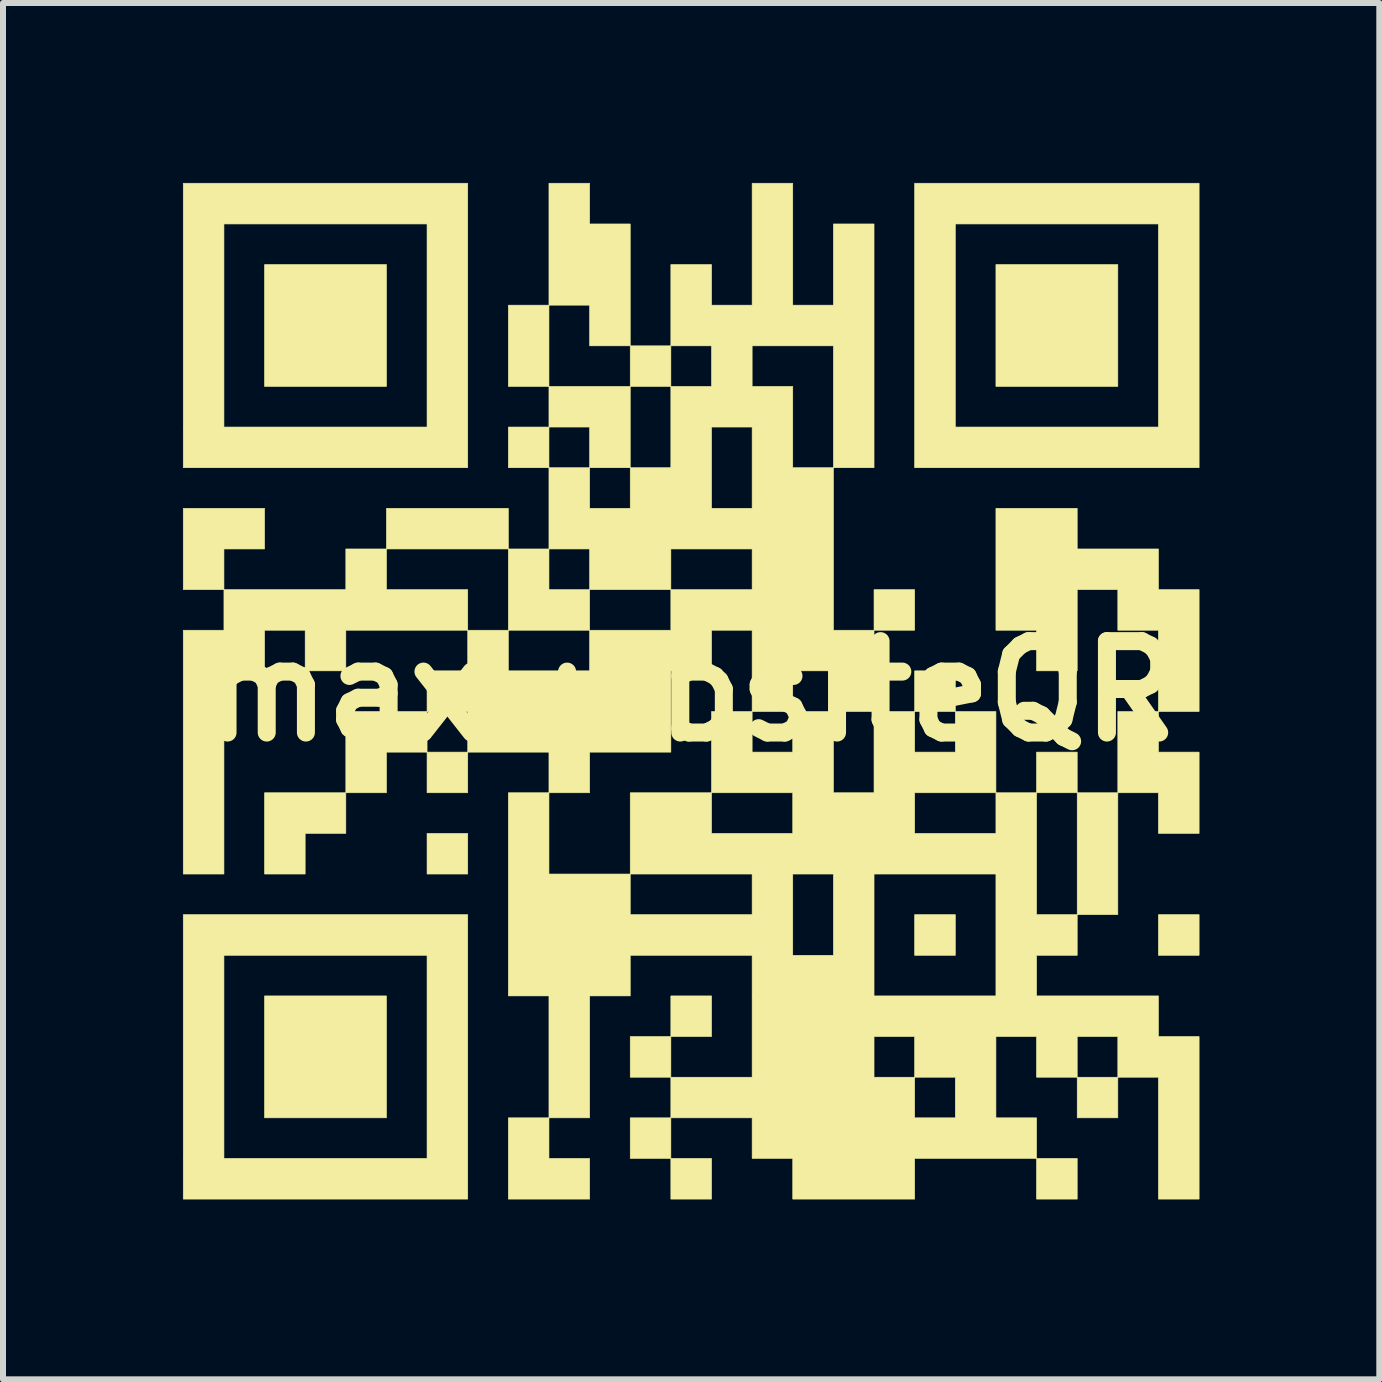
<source format=kicad_pcb>
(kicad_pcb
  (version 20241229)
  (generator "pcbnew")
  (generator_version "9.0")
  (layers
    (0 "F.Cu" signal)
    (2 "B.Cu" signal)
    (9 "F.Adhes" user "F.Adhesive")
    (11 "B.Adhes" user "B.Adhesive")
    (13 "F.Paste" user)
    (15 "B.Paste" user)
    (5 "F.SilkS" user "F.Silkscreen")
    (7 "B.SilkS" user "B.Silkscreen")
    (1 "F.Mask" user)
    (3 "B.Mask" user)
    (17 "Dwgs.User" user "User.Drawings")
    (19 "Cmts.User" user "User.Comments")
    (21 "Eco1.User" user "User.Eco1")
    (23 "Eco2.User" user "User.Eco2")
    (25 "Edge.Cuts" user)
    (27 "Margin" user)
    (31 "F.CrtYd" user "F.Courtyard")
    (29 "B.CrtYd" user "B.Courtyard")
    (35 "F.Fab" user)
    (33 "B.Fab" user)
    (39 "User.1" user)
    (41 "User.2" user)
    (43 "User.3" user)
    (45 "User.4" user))
  (footprint "maxwebsiteQR"
    (layer "F.Cu")
    (at 8.472 8.472)
    (property "Reference" "maxwebsiteQR" (at 0 0 0) (layer "F.SilkS") (effects (font (size 1.524 1.524) (thickness 0.3))))
    (attr through_hole)
    (fp_poly (pts (xy -5.08 -5.08) (xy -7.112 -5.08) (xy -7.112 -7.112) (xy -5.08 -7.112) (xy -5.08 -5.08)) (stroke (width 0.01) (type solid)) (fill yes) (layer "F.SilkS"))
    (fp_poly (pts (xy -5.08 -3.048) (xy -3.048 -3.048) (xy -3.048 -2.371) (xy -5.08 -2.371) (xy -5.08 -3.048)) (stroke (width 0.01) (type solid)) (fill yes) (layer "F.SilkS"))
    (fp_poly (pts (xy -5.08 7.112) (xy -7.112 7.112) (xy -7.112 5.08) (xy -5.08 5.08) (xy -5.08 7.112)) (stroke (width 0.01) (type solid)) (fill yes) (layer "F.SilkS"))
    (fp_poly (pts (xy -3.725 3.048) (xy -4.403 3.048) (xy -4.403 2.371) (xy -3.725 2.371) (xy -3.725 3.048)) (stroke (width 0.01) (type solid)) (fill yes) (layer "F.SilkS"))
    (fp_poly (pts (xy -1.016 7.789) (xy -1.016 7.112) (xy -0.339 7.112) (xy -0.339 7.789) (xy -1.016 7.789)) (stroke (width 0.01) (type solid)) (fill yes) (layer "F.SilkS"))
    (fp_poly (pts (xy -0.339 5.08) (xy 0.339 5.08) (xy 0.339 5.757) (xy -0.339 5.757) (xy -0.339 5.08)) (stroke (width 0.01) (type solid)) (fill yes) (layer "F.SilkS"))
    (fp_poly (pts (xy -0.339 6.435) (xy -1.016 6.435) (xy -1.016 5.757) (xy -0.339 5.757) (xy -0.339 6.435)) (stroke (width 0.01) (type solid)) (fill yes) (layer "F.SilkS"))
    (fp_poly (pts (xy 0.339 7.789) (xy 0.339 8.467) (xy -0.339 8.467) (xy -0.339 7.789) (xy 0.339 7.789)) (stroke (width 0.01) (type solid)) (fill yes) (layer "F.SilkS"))
    (fp_poly (pts (xy 3.048 -1.693) (xy 3.725 -1.693) (xy 3.725 -1.016) (xy 3.048 -1.016) (xy 3.048 -1.693)) (stroke (width 0.01) (type solid)) (fill yes) (layer "F.SilkS"))
    (fp_poly (pts (xy 4.403 4.403) (xy 3.725 4.403) (xy 3.725 3.725) (xy 4.403 3.725) (xy 4.403 4.403)) (stroke (width 0.01) (type solid)) (fill yes) (layer "F.SilkS"))
    (fp_poly (pts (xy 6.435 8.467) (xy 5.757 8.467) (xy 5.757 7.789) (xy 6.435 7.789) (xy 6.435 8.467)) (stroke (width 0.01) (type solid)) (fill yes) (layer "F.SilkS"))
    (fp_poly (pts (xy 7.112 -5.08) (xy 5.08 -5.08) (xy 5.08 -7.112) (xy 7.112 -7.112) (xy 7.112 -5.08)) (stroke (width 0.01) (type solid)) (fill yes) (layer "F.SilkS"))
    (fp_poly (pts (xy 8.467 4.403) (xy 7.789 4.403) (xy 7.789 3.725) (xy 8.467 3.725) (xy 8.467 4.403)) (stroke (width 0.01) (type solid)) (fill yes) (layer "F.SilkS"))
    (fp_poly (pts (xy -8.467 -1.693) (xy -8.467 -3.048) (xy -7.112 -3.048) (xy -7.112 -2.371) (xy -7.789 -2.371) (xy -7.789 -1.693) (xy -8.467 -1.693)) (stroke (width 0.01) (type solid)) (fill yes) (layer "F.SilkS"))
    (fp_poly (pts (xy -5.757 2.371) (xy -6.435 2.371) (xy -6.435 3.048) (xy -7.112 3.048) (xy -7.112 1.693) (xy -5.757 1.693) (xy -5.757 2.371)) (stroke (width 0.01) (type solid)) (fill yes) (layer "F.SilkS"))
    (fp_poly (pts (xy -2.371 -2.371) (xy -2.371 -1.693) (xy -1.693 -1.693) (xy -1.693 -1.016) (xy -3.048 -1.016) (xy -3.048 -2.371) (xy -2.371 -2.371)) (stroke (width 0.01) (type solid)) (fill yes) (layer "F.SilkS"))
    (fp_poly (pts (xy -2.371 7.789) (xy -1.693 7.789) (xy -1.693 8.467) (xy -3.048 8.467) (xy -3.048 7.112) (xy -2.371 7.112) (xy -2.371 7.789)) (stroke (width 0.01) (type solid)) (fill yes) (layer "F.SilkS"))
    (fp_poly (pts (xy 7.789 1.016) (xy 8.467 1.016) (xy 8.467 2.371) (xy 7.789 2.371) (xy 7.789 1.693) (xy 7.112 1.693) (xy 7.112 0.339) (xy 7.789 0.339) (xy 7.789 1.016)) (stroke (width 0.01) (type solid)) (fill yes) (layer "F.SilkS"))
    (fp_poly (pts (xy -3.725 -3.725) (xy -8.467 -3.725) (xy -8.467 -7.789) (xy -7.789 -7.789) (xy -7.789 -4.403) (xy -4.403 -4.403) (xy -4.403 -7.789) (xy -7.789 -7.789) (xy -8.467 -7.789) (xy -8.467 -8.467) (xy -3.725 -8.467) (xy -3.725 -3.725)) (stroke (width 0.01) (type solid)) (fill yes) (layer "F.SilkS"))
    (fp_poly (pts (xy -3.725 8.467) (xy -8.467 8.467) (xy -8.467 4.403) (xy -7.789 4.403) (xy -7.789 7.789) (xy -4.403 7.789) (xy -4.403 4.403) (xy -7.789 4.403) (xy -8.467 4.403) (xy -8.467 3.725) (xy -3.725 3.725) (xy -3.725 8.467)) (stroke (width 0.01) (type solid)) (fill yes) (layer "F.SilkS"))
    (fp_poly (pts (xy 8.467 -3.725) (xy 3.725 -3.725) (xy 3.725 -7.789) (xy 4.403 -7.789) (xy 4.403 -4.403) (xy 7.789 -4.403) (xy 7.789 -7.789) (xy 4.403 -7.789) (xy 3.725 -7.789) (xy 3.725 -8.467) (xy 8.467 -8.467) (xy 8.467 -3.725)) (stroke (width 0.01) (type solid)) (fill yes) (layer "F.SilkS"))
    (fp_poly (pts (xy 7.789 -1.016) (xy 7.112 -1.016) (xy 7.112 -1.693) (xy 6.435 -1.693) (xy 6.435 -0.339) (xy 5.757 -0.339) (xy 5.757 -1.016) (xy 5.08 -1.016) (xy 5.08 -3.048) (xy 6.435 -3.048) (xy 6.435 -2.371) (xy 7.789 -2.371) (xy 7.789 -1.693) (xy 8.467 -1.693) (xy 8.467 0.339) (xy 7.789 0.339) (xy 7.789 -1.016)) (stroke (width 0.01) (type solid)) (fill yes) (layer "F.SilkS"))
    (fp_poly (pts (xy -5.757 -1.693) (xy -5.757 -2.371) (xy -5.08 -2.371) (xy -5.08 -1.693) (xy -3.725 -1.693) (xy -3.725 -1.016) (xy -5.757 -1.016) (xy -5.757 -0.339) (xy -6.435 -0.339) (xy -6.435 -1.016) (xy -7.112 -1.016) (xy -7.112 -0.339) (xy -7.789 -0.339) (xy -7.789 3.048) (xy -8.467 3.048) (xy -8.467 -1.016) (xy -7.789 -1.016) (xy -7.789 -1.693) (xy -5.757 -1.693)) (stroke (width 0.01) (type solid)) (fill yes) (layer "F.SilkS"))
    (fp_poly (pts (xy 3.048 0.339) (xy 3.725 0.339) (xy 3.725 1.016) (xy 4.403 1.016) (xy 4.403 0.339) (xy 3.725 0.339) (xy 3.725 -0.339) (xy 4.403 -0.339) (xy 4.403 0.339) (xy 5.08 0.339) (xy 5.08 1.693) (xy 5.757 1.693) (xy 5.757 3.725) (xy 6.435 3.725) (xy 6.435 1.693) (xy 5.757 1.693) (xy 5.757 1.016) (xy 6.435 1.016) (xy 6.435 1.693) (xy 7.112 1.693) (xy 7.112 3.725) (xy 6.435 3.725) (xy 6.435 4.403) (xy 5.757 4.403) (xy 5.757 5.08) (xy 7.789 5.08) (xy 7.789 5.757) (xy 8.467 5.757) (xy 8.467 8.467) (xy 7.789 8.467) (xy 7.789 6.435) (xy 7.112 6.435) (xy 7.112 7.112) (xy 6.435 7.112) (xy 6.435 6.435) (xy 5.757 6.435) (xy 5.757 5.757) (xy 6.435 5.757) (xy 6.435 6.435) (xy 7.112 6.435) (xy 7.112 5.757) (xy 6.435 5.757) (xy 5.757 5.757) (xy 5.08 5.757) (xy 5.08 7.112) (xy 5.757 7.112) (xy 5.757 7.789) (xy 3.725 7.789) (xy 3.725 8.467) (xy 1.693 8.467) (xy 1.693 7.789) (xy 1.016 7.789) (xy 1.016 7.112) (xy 3.725 7.112) (xy 4.403 7.112) (xy 4.403 6.435) (xy 3.725 6.435) (xy 3.725 7.112) (xy 1.016 7.112) (xy -0.339 7.112) (xy -0.339 6.435) (xy 1.016 6.435) (xy 1.016 5.757) (xy 3.048 5.757) (xy 3.048 6.435) (xy 3.725 6.435) (xy 3.725 5.757) (xy 3.048 5.757) (xy 1.016 5.757) (xy 1.016 4.403) (xy -1.016 4.403) (xy -1.016 5.08) (xy -1.693 5.08) (xy -1.693 7.112) (xy -2.371 7.112) (xy -2.371 5.08) (xy -3.048 5.08) (xy -3.048 3.725) (xy -1.016 3.725) (xy 1.016 3.725) (xy 1.016 3.048) (xy 1.693 3.048) (xy 1.693 4.403) (xy 2.371 4.403) (xy 2.371 3.048) (xy 3.048 3.048) (xy 3.048 5.08) (xy 5.08 5.08) (xy 5.08 3.048) (xy 3.048 3.048) (xy 2.371 3.048) (xy 1.693 3.048) (xy 1.016 3.048) (xy -1.016 3.048) (xy -1.016 3.725) (xy -3.048 3.725) (xy -3.048 1.693) (xy -2.371 1.693) (xy -2.371 3.048) (xy -1.016 3.048) (xy -1.016 1.693) (xy 0.339 1.693) (xy 0.339 2.371) (xy 1.693 2.371) (xy 1.693 1.693) (xy 0.339 1.693) (xy 0.339 0.339) (xy 1.016 0.339) (xy 1.016 1.016) (xy 1.693 1.016) (xy 1.693 0.339) (xy 1.016 0.339) (xy 1.016 -0.339) (xy 1.693 -0.339) (xy 1.693 0.339) (xy 2.371 0.339) (xy 2.371 1.693) (xy 3.048 1.693) (xy 3.725 1.693) (xy 3.725 2.371) (xy 5.08 2.371) (xy 5.08 1.693) (xy 3.725 1.693) (xy 3.048 1.693) (xy 3.048 0.339) (xy 2.371 0.339) (xy 2.371 -0.339) (xy 1.693 -0.339) (xy 1.016 -0.339) (xy 1.016 -1.016) (xy 0.339 -1.016) (xy 0.339 -0.339) (xy -0.339 -0.339) (xy -0.339 1.016) (xy -1.693 1.016) (xy -1.693 1.693) (xy -2.371 1.693) (xy -2.371 1.016) (xy -3.725 1.016) (xy -3.725 1.693) (xy -4.403 1.693) (xy -4.403 1.016) (xy -5.08 1.016) (xy -5.08 1.693) (xy -5.757 1.693) (xy -5.757 0.339) (xy -4.403 0.339) (xy -4.403 1.016) (xy -3.725 1.016) (xy -3.725 0.339) (xy -4.403 0.339) (xy -4.403 -0.339) (xy -3.725 -0.339) (xy -3.725 -1.016) (xy -3.048 -1.016) (xy -3.048 -0.339) (xy -1.693 -0.339) (xy -1.693 -1.016) (xy -0.339 -1.016) (xy -0.339 -1.693) (xy -1.693 -1.693) (xy -1.693 -2.371) (xy -0.339 -2.371) (xy -0.339 -1.693) (xy 1.016 -1.693) (xy 1.016 -2.371) (xy -0.339 -2.371) (xy -1.693 -2.371) (xy -2.371 -2.371) (xy -2.371 -3.048) (xy -1.693 -3.048) (xy -1.016 -3.048) (xy -1.016 -3.725) (xy -1.693 -3.725) (xy -1.693 -3.048) (xy -2.371 -3.048) (xy -2.371 -3.725) (xy -3.048 -3.725) (xy -3.048 -4.403) (xy -2.371 -4.403) (xy -2.371 -3.725) (xy -1.693 -3.725) (xy -1.693 -4.403) (xy -2.371 -4.403) (xy -2.371 -5.08) (xy -3.048 -5.08) (xy -3.048 -6.435) (xy -2.371 -6.435) (xy -2.371 -5.08) (xy -1.016 -5.08) (xy -1.016 -3.725) (xy -0.339 -3.725) (xy -0.339 -4.403) (xy 0.339 -4.403) (xy 0.339 -3.048) (xy 1.016 -3.048) (xy 1.016 -4.403) (xy 0.339 -4.403) (xy -0.339 -4.403) (xy -0.339 -5.08) (xy -1.016 -5.08) (xy -1.016 -5.757) (xy -1.693 -5.757) (xy -1.693 -6.435) (xy -2.371 -6.435) (xy -2.371 -8.467) (xy -1.693 -8.467) (xy -1.693 -7.789) (xy -1.016 -7.789) (xy -1.016 -5.757) (xy -0.339 -5.757) (xy -0.339 -5.08) (xy 0.339 -5.08) (xy 0.339 -5.757) (xy 1.016 -5.757) (xy 1.016 -5.08) (xy 1.693 -5.08) (xy 1.693 -3.725) (xy 2.371 -3.725) (xy 2.371 -5.757) (xy 1.016 -5.757) (xy 0.339 -5.757) (xy -0.339 -5.757) (xy -0.339 -7.112) (xy 0.339 -7.112) (xy 0.339 -6.435) (xy 1.016 -6.435) (xy 1.016 -8.467) (xy 1.693 -8.467) (xy 1.693 -6.435) (xy 2.371 -6.435) (xy 2.371 -7.789) (xy 3.048 -7.789) (xy 3.048 -3.725) (xy 2.371 -3.725) (xy 2.371 -1.016) (xy 3.048 -1.016) (xy 3.048 0.339)) (stroke (width 0.01) (type solid)) (fill yes) (layer "F.SilkS")))
  (gr_rect
    (start -3 -3)
    (end 19.943 19.943)
    (stroke (width 0.1) (type default))
    (fill no)
    (layer "Edge.Cuts")))
</source>
